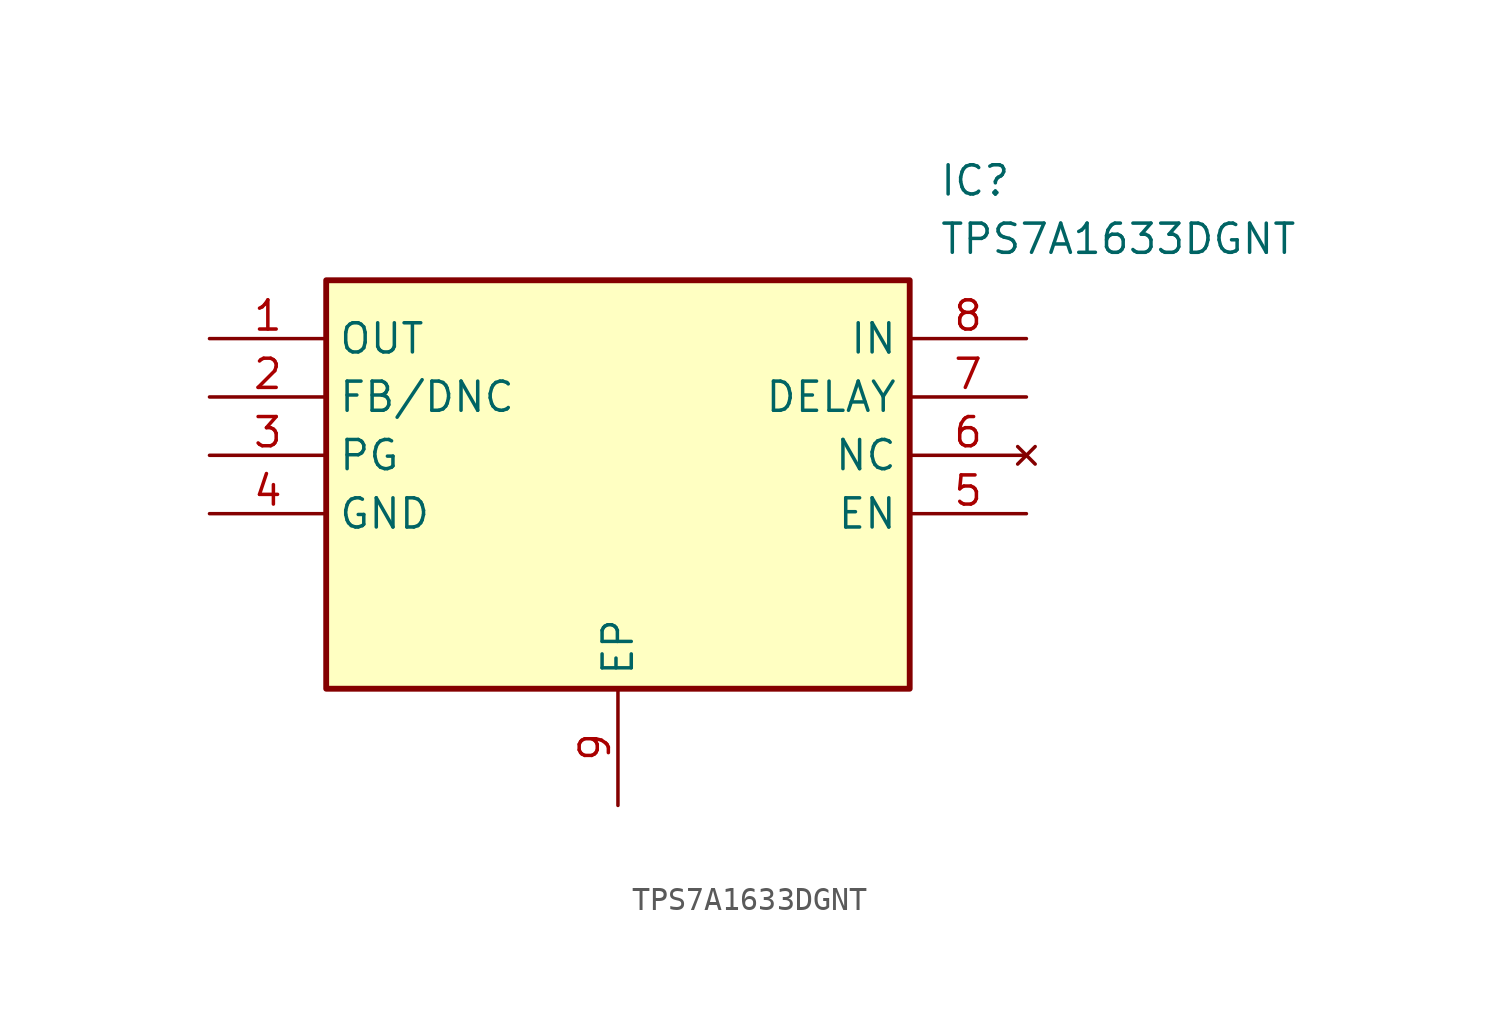
<source format=kicad_sym>
(kicad_symbol_lib
  (version 20211014)
  (generator SamacSys_ECAD_Model)
  (symbol "TPS7A1633DGNT"
    (property "Reference" "IC"
      (at 31.75 7.62 0)
      (effects (font (size 1.27 1.27)) (justify left top)))
    (property "Value" "TPS7A1633DGNT"
      (at 31.75 5.08 0)
      (effects (font (size 1.27 1.27)) (justify left top)))
    (rectangle
      (start 5.08 2.54)
      (end 30.48 -15.24)
      (stroke (width 0.254) (type default))
      (fill (type background)))
    (pin passive line
      (at 0 0 0)
      (length 5.08)
      (name "OUT" (effects (font (size 1.27 1.27))))
      (number "1" (effects (font (size 1.27 1.27)))))
    (pin passive line
      (at 0 -2.54 0)
      (length 5.08)
      (name "FB/DNC" (effects (font (size 1.27 1.27))))
      (number "2" (effects (font (size 1.27 1.27)))))
    (pin passive line
      (at 0 -5.08 0)
      (length 5.08)
      (name "PG" (effects (font (size 1.27 1.27))))
      (number "3" (effects (font (size 1.27 1.27)))))
    (pin passive line
      (at 0 -7.62 0)
      (length 5.08)
      (name "GND" (effects (font (size 1.27 1.27))))
      (number "4" (effects (font (size 1.27 1.27)))))
    (pin passive line
      (at 17.78 -20.32 90)
      (length 5.08)
      (name "EP" (effects (font (size 1.27 1.27))))
      (number "9" (effects (font (size 1.27 1.27)))))
    (pin passive line
      (at 35.56 0 180)
      (length 5.08)
      (name "IN" (effects (font (size 1.27 1.27))))
      (number "8" (effects (font (size 1.27 1.27)))))
    (pin passive line
      (at 35.56 -2.54 180)
      (length 5.08)
      (name "DELAY" (effects (font (size 1.27 1.27))))
      (number "7" (effects (font (size 1.27 1.27)))))
    (pin no_connect line
      (at 35.56 -5.08 180)
      (length 5.08)
      (name "NC" (effects (font (size 1.27 1.27))))
      (number "6" (effects (font (size 1.27 1.27)))))
    (pin passive line
      (at 35.56 -7.62 180)
      (length 5.08)
      (name "EN" (effects (font (size 1.27 1.27))))
      (number "5" (effects (font (size 1.27 1.27)))))))
</source>
